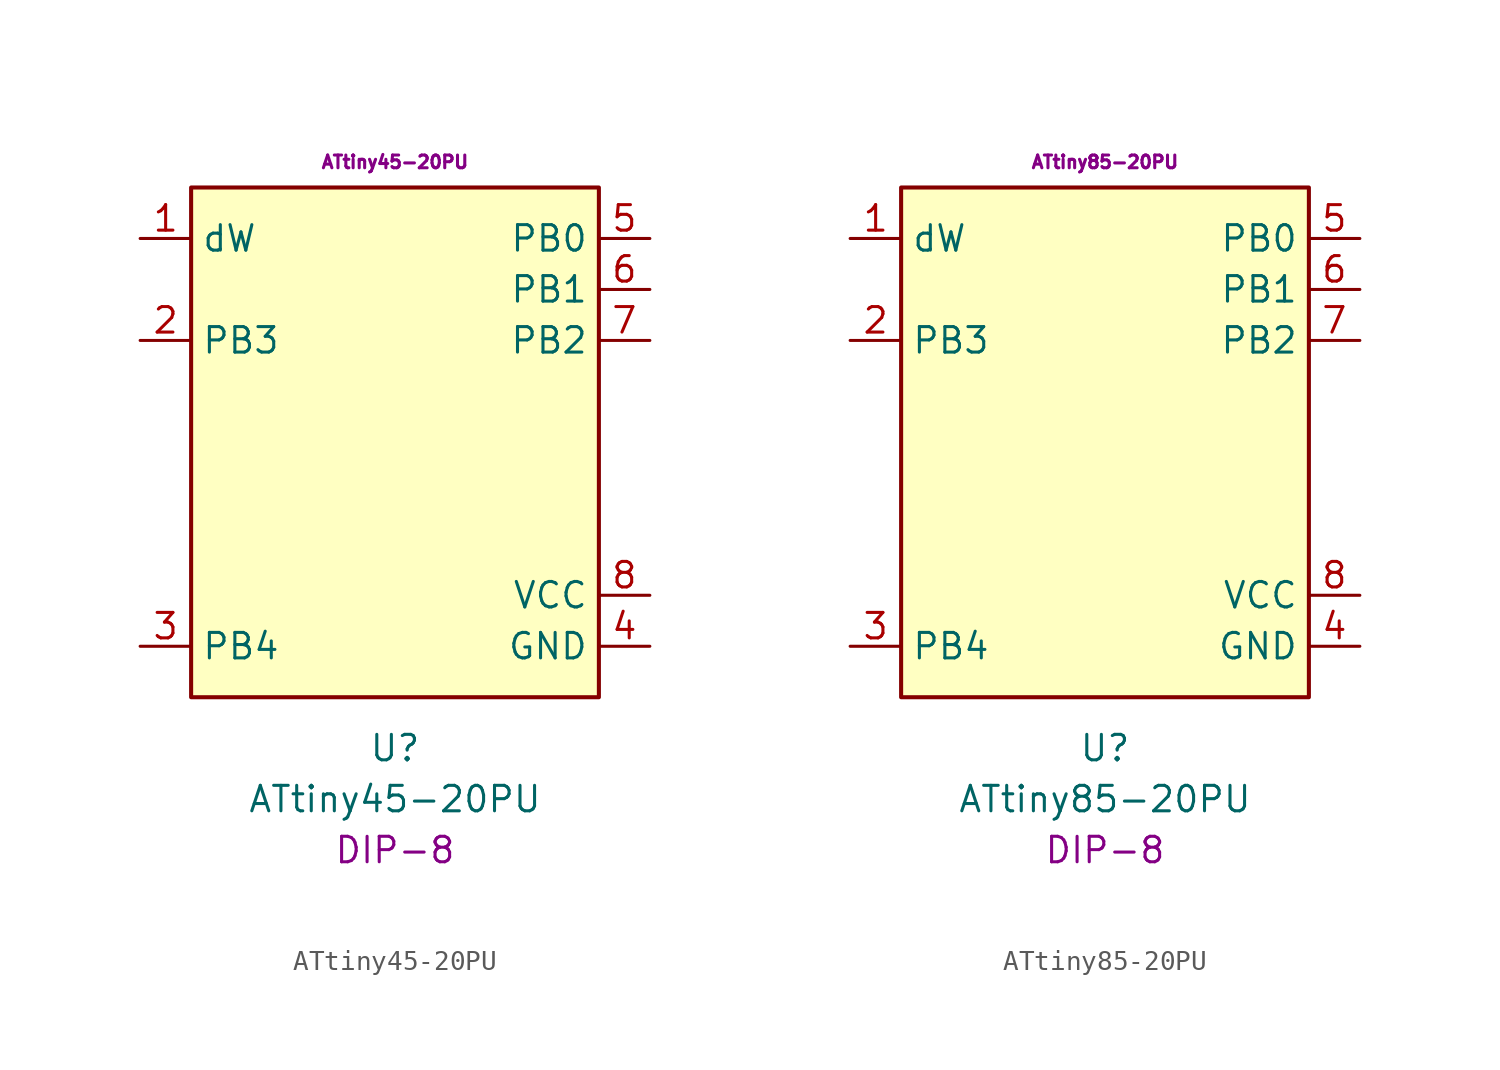
<source format=kicad_sym>
(kicad_symbol_lib
  (version 20231120)
  (generator "kicad_symbol_editor")
  (generator_version "8.0")
  (symbol "ATtiny45-20PU"
    (property "Reference" "U"
      (at 0 -15.24 0)
      (effects (font (size 1.27 1.27))))
    (property "Value" "ATtiny45-20PU"
      (at 0 -17.78 0)
      (effects (font (size 1.27 1.27))))
    (property "MPN" "ATtiny45-20PU"
      (at 0 13.97 0)
      (effects (font (size 0.635 0.635))))
    (property "Package" "DIP-8"
      (at 0 -20.32 0)
      (effects (font (size 1.27 1.27))))
    (symbol "ATtiny45-20PU_0_0"
      (rectangle (start -10.16 12.7) (end 10.16 -12.7) (stroke (width 0.203) (type default)) (fill (type background))))
    (symbol "ATtiny45-20PU_1_1"
      (pin input line (at -12.7 10.16 0) (length 2.54) (name "dW" (effects (font (size 1.27 1.27)))) (number "1" (effects (font (size 1.27 1.27)))) (alternate "ADC0" input line) (alternate "PB5" bidirectional line) (alternate "PCINT5" input line) (alternate "~{RESET}" input line))
      (pin bidirectional line (at -12.7 5.08 0) (length 2.54) (name "PB3" (effects (font (size 1.27 1.27)))) (number "2" (effects (font (size 1.27 1.27)))) (alternate "ADC3" input line) (alternate "CLKI" input line) (alternate "PCINT3" input line) (alternate "XTAL1" input line) (alternate "~{OC1B}" output line))
      (pin bidirectional line (at -12.7 -10.16 0) (length 2.54) (name "PB4" (effects (font (size 1.27 1.27)))) (number "3" (effects (font (size 1.27 1.27)))) (alternate "ADC2" input line) (alternate "CLKO" output line) (alternate "OC1B" output line) (alternate "PCINT4" input line) (alternate "XTAL2" output line))
      (pin power_in line (at 12.7 -10.16 180) (length 2.54) (name "GND" (effects (font (size 1.27 1.27)))) (number "4" (effects (font (size 1.27 1.27)))))
      (pin bidirectional line (at 12.7 10.16 180) (length 2.54) (name "PB0" (effects (font (size 1.27 1.27)))) (number "5" (effects (font (size 1.27 1.27)))) (alternate "AIN0" input line) (alternate "AREF" input line) (alternate "DI" input line) (alternate "MOSI" output line) (alternate "OC0A" output line) (alternate "PCINT0" input line) (alternate "SDA" open_collector line) (alternate "~{OC1A}" output line))
      (pin bidirectional line (at 12.7 7.62 180) (length 2.54) (name "PB1" (effects (font (size 1.27 1.27)))) (number "6" (effects (font (size 1.27 1.27)))) (alternate "AIN1" input line) (alternate "DO" output line) (alternate "MISO" input line) (alternate "OC0B" output line) (alternate "OC1A" output line) (alternate "PCINT1" input line))
      (pin bidirectional line (at 12.7 5.08 180) (length 2.54) (name "PB2" (effects (font (size 1.27 1.27)))) (number "7" (effects (font (size 1.27 1.27)))) (alternate "ADC1" input line) (alternate "INT0" input line) (alternate "PCINT2" input line) (alternate "SCK" input line) (alternate "SCL" open_collector line) (alternate "T0" input line) (alternate "USCK" output line))
      (pin power_in line (at 12.7 -7.62 180) (length 2.54) (name "VCC" (effects (font (size 1.27 1.27)))) (number "8" (effects (font (size 1.27 1.27)))))))
  (symbol "ATtiny85-20PU"
    (property "Reference" "U"
      (at 0 -15.24 0)
      (effects (font (size 1.27 1.27))))
    (property "Value" "ATtiny85-20PU"
      (at 0 -17.78 0)
      (effects (font (size 1.27 1.27))))
    (property "MPN" "ATtiny85-20PU"
      (at 0 13.97 0)
      (effects (font (size 0.635 0.635))))
    (property "Package" "DIP-8"
      (at 0 -20.32 0)
      (effects (font (size 1.27 1.27))))
    (symbol "ATtiny85-20PU_0_0"
      (rectangle (start -10.16 12.7) (end 10.16 -12.7) (stroke (width 0.203) (type default)) (fill (type background))))
    (symbol "ATtiny85-20PU_1_1"
      (pin input line (at -12.7 10.16 0) (length 2.54) (name "dW" (effects (font (size 1.27 1.27)))) (number "1" (effects (font (size 1.27 1.27)))) (alternate "ADC0" input line) (alternate "PB5" bidirectional line) (alternate "PCINT5" input line) (alternate "~{RESET}" input line))
      (pin bidirectional line (at -12.7 5.08 0) (length 2.54) (name "PB3" (effects (font (size 1.27 1.27)))) (number "2" (effects (font (size 1.27 1.27)))) (alternate "ADC3" input line) (alternate "CLKI" input line) (alternate "PCINT3" input line) (alternate "XTAL1" input line) (alternate "~{OC1B}" output line))
      (pin bidirectional line (at -12.7 -10.16 0) (length 2.54) (name "PB4" (effects (font (size 1.27 1.27)))) (number "3" (effects (font (size 1.27 1.27)))) (alternate "ADC2" input line) (alternate "CLKO" output line) (alternate "OC1B" output line) (alternate "PCINT4" input line) (alternate "XTAL2" output line))
      (pin power_in line (at 12.7 -10.16 180) (length 2.54) (name "GND" (effects (font (size 1.27 1.27)))) (number "4" (effects (font (size 1.27 1.27)))))
      (pin bidirectional line (at 12.7 10.16 180) (length 2.54) (name "PB0" (effects (font (size 1.27 1.27)))) (number "5" (effects (font (size 1.27 1.27)))) (alternate "AIN0" input line) (alternate "AREF" input line) (alternate "DI" input line) (alternate "MOSI" output line) (alternate "OC0A" output line) (alternate "PCINT0" input line) (alternate "SDA" open_collector line) (alternate "~{OC1A}" output line))
      (pin bidirectional line (at 12.7 7.62 180) (length 2.54) (name "PB1" (effects (font (size 1.27 1.27)))) (number "6" (effects (font (size 1.27 1.27)))) (alternate "AIN1" input line) (alternate "DO" output line) (alternate "MISO" input line) (alternate "OC0B" output line) (alternate "OC1A" output line) (alternate "PCINT1" input line))
      (pin bidirectional line (at 12.7 5.08 180) (length 2.54) (name "PB2" (effects (font (size 1.27 1.27)))) (number "7" (effects (font (size 1.27 1.27)))) (alternate "ADC1" input line) (alternate "INT0" input line) (alternate "PCINT2" input line) (alternate "SCK" input line) (alternate "SCL" open_collector line) (alternate "T0" input line) (alternate "USCK" output line))
      (pin power_in line (at 12.7 -7.62 180) (length 2.54) (name "VCC" (effects (font (size 1.27 1.27)))) (number "8" (effects (font (size 1.27 1.27))))))))
</source>
